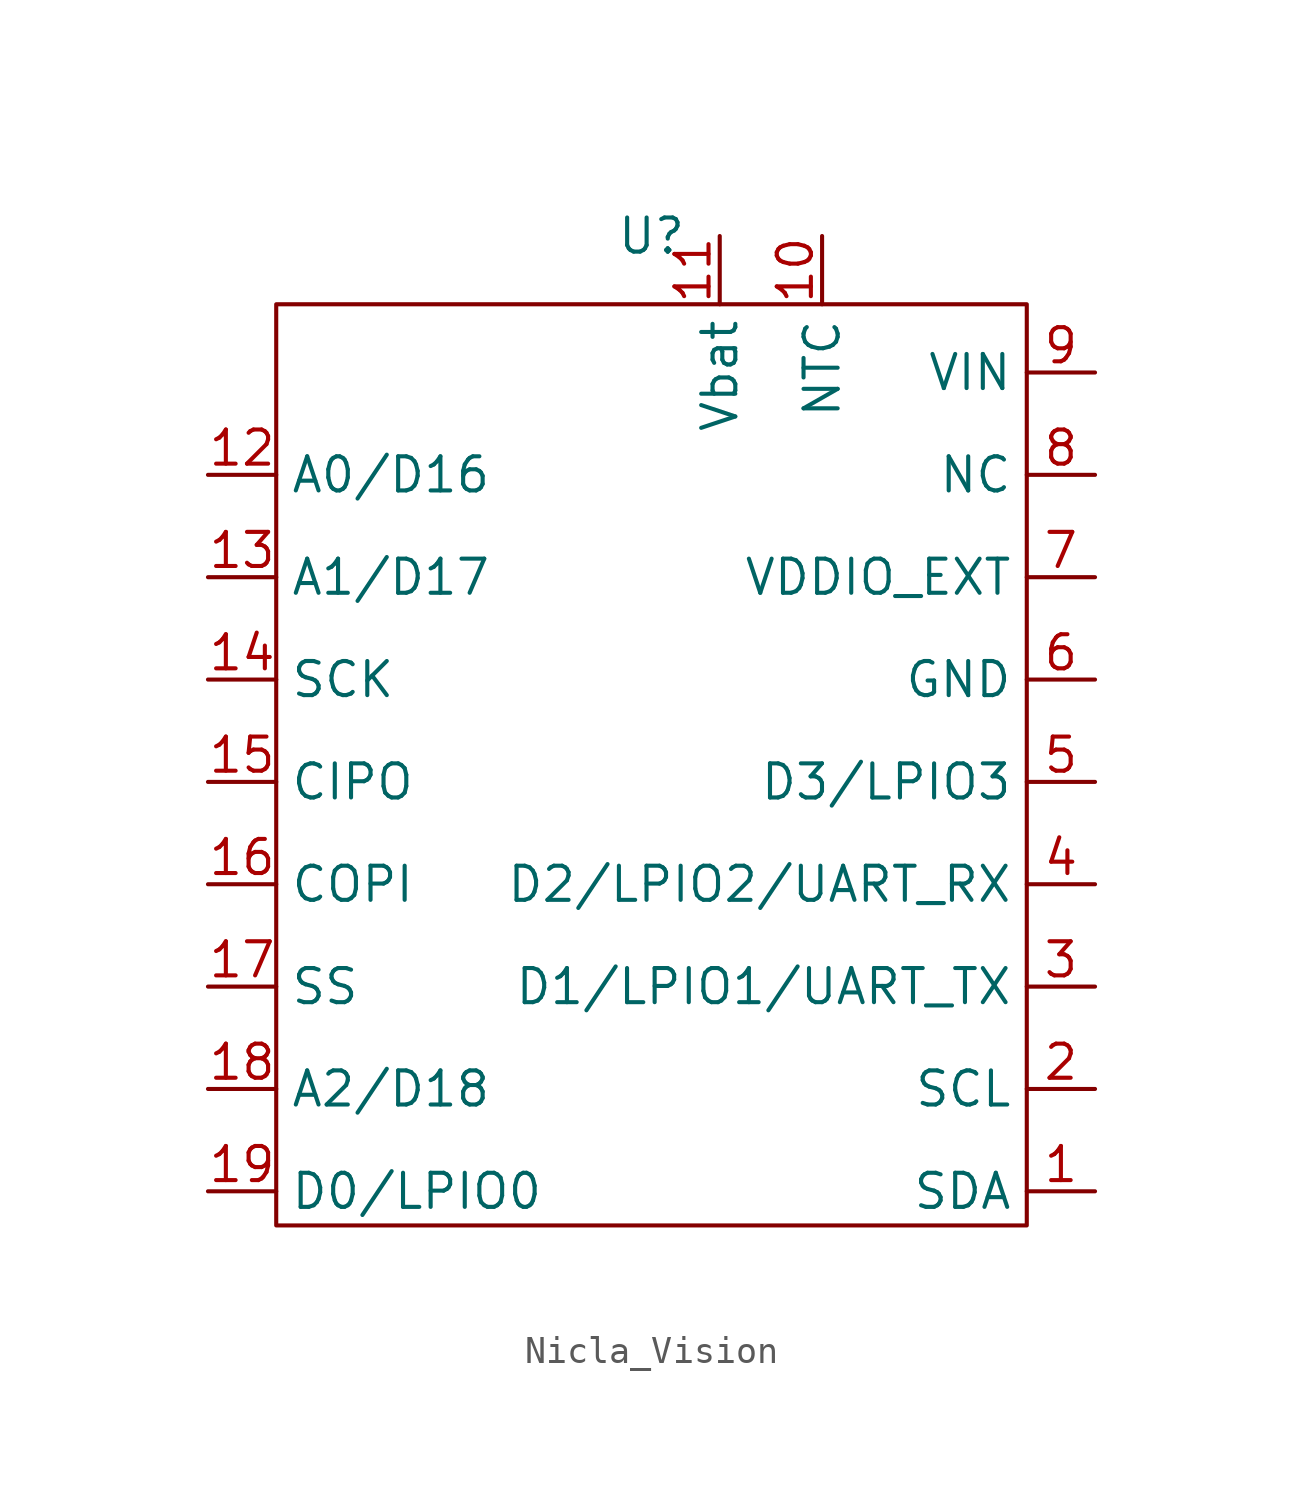
<source format=kicad_sym>
(kicad_symbol_lib
  (version 20220914)
  (generator kicad_symbol_editor)
  (symbol "Nicla_Vision"
    (property "Reference" "U"
      (at 0 0 0)
      (effects (font (size 1.27 1.27))))
    (property "Value" ""
      (at 0 0 0)
      (effects (font (size 1.27 1.27))))
    (symbol "Nicla_Vision_0_1"
      (rectangle (start -13.97 -2.54) (end 13.97 -36.83) (stroke (width 0) (type default)) (fill (type none))))
    (symbol "Nicla_Vision_1_1"
      (pin bidirectional line (at 16.51 -35.56 180) (length 2.54) (name "SDA" (effects (font (size 1.27 1.27)))) (number "1" (effects (font (size 1.27 1.27)))))
      (pin passive line (at 6.35 0 270) (length 2.54) (name "NTC" (effects (font (size 1.27 1.27)))) (number "10" (effects (font (size 1.27 1.27)))))
      (pin power_in line (at 2.54 0 270) (length 2.54) (name "Vbat" (effects (font (size 1.27 1.27)))) (number "11" (effects (font (size 1.27 1.27)))))
      (pin bidirectional line (at -16.51 -8.89 0) (length 2.54) (name "A0/D16" (effects (font (size 1.27 1.27)))) (number "12" (effects (font (size 1.27 1.27)))))
      (pin bidirectional line (at -16.51 -12.7 0) (length 2.54) (name "A1/D17" (effects (font (size 1.27 1.27)))) (number "13" (effects (font (size 1.27 1.27)))))
      (pin bidirectional line (at -16.51 -16.51 0) (length 2.54) (name "SCK" (effects (font (size 1.27 1.27)))) (number "14" (effects (font (size 1.27 1.27)))))
      (pin bidirectional line (at -16.51 -20.32 0) (length 2.54) (name "CIPO" (effects (font (size 1.27 1.27)))) (number "15" (effects (font (size 1.27 1.27)))))
      (pin bidirectional line (at -16.51 -24.13 0) (length 2.54) (name "COPI" (effects (font (size 1.27 1.27)))) (number "16" (effects (font (size 1.27 1.27)))))
      (pin bidirectional line (at -16.51 -27.94 0) (length 2.54) (name "SS" (effects (font (size 1.27 1.27)))) (number "17" (effects (font (size 1.27 1.27)))))
      (pin bidirectional line (at -16.51 -31.75 0) (length 2.54) (name "A2/D18" (effects (font (size 1.27 1.27)))) (number "18" (effects (font (size 1.27 1.27)))))
      (pin bidirectional line (at -16.51 -35.56 0) (length 2.54) (name "D0/LPIO0" (effects (font (size 1.27 1.27)))) (number "19" (effects (font (size 1.27 1.27)))))
      (pin bidirectional line (at 16.51 -31.75 180) (length 2.54) (name "SCL" (effects (font (size 1.27 1.27)))) (number "2" (effects (font (size 1.27 1.27)))))
      (pin bidirectional line (at 16.51 -27.94 180) (length 2.54) (name "D1/LPIO1/UART_TX" (effects (font (size 1.27 1.27)))) (number "3" (effects (font (size 1.27 1.27)))))
      (pin bidirectional line (at 16.51 -24.13 180) (length 2.54) (name "D2/LPIO2/UART_RX" (effects (font (size 1.27 1.27)))) (number "4" (effects (font (size 1.27 1.27)))))
      (pin bidirectional line (at 16.51 -20.32 180) (length 2.54) (name "D3/LPIO3" (effects (font (size 1.27 1.27)))) (number "5" (effects (font (size 1.27 1.27)))))
      (pin power_in line (at 16.51 -16.51 180) (length 2.54) (name "GND" (effects (font (size 1.27 1.27)))) (number "6" (effects (font (size 1.27 1.27)))))
      (pin power_out line (at 16.51 -12.7 180) (length 2.54) (name "VDDIO_EXT" (effects (font (size 1.27 1.27)))) (number "7" (effects (font (size 1.27 1.27)))))
      (pin passive line (at 16.51 -8.89 180) (length 2.54) (name "NC" (effects (font (size 1.27 1.27)))) (number "8" (effects (font (size 1.27 1.27)))))
      (pin power_in line (at 16.51 -5.08 180) (length 2.54) (name "VIN" (effects (font (size 1.27 1.27)))) (number "9" (effects (font (size 1.27 1.27))))))))
</source>
